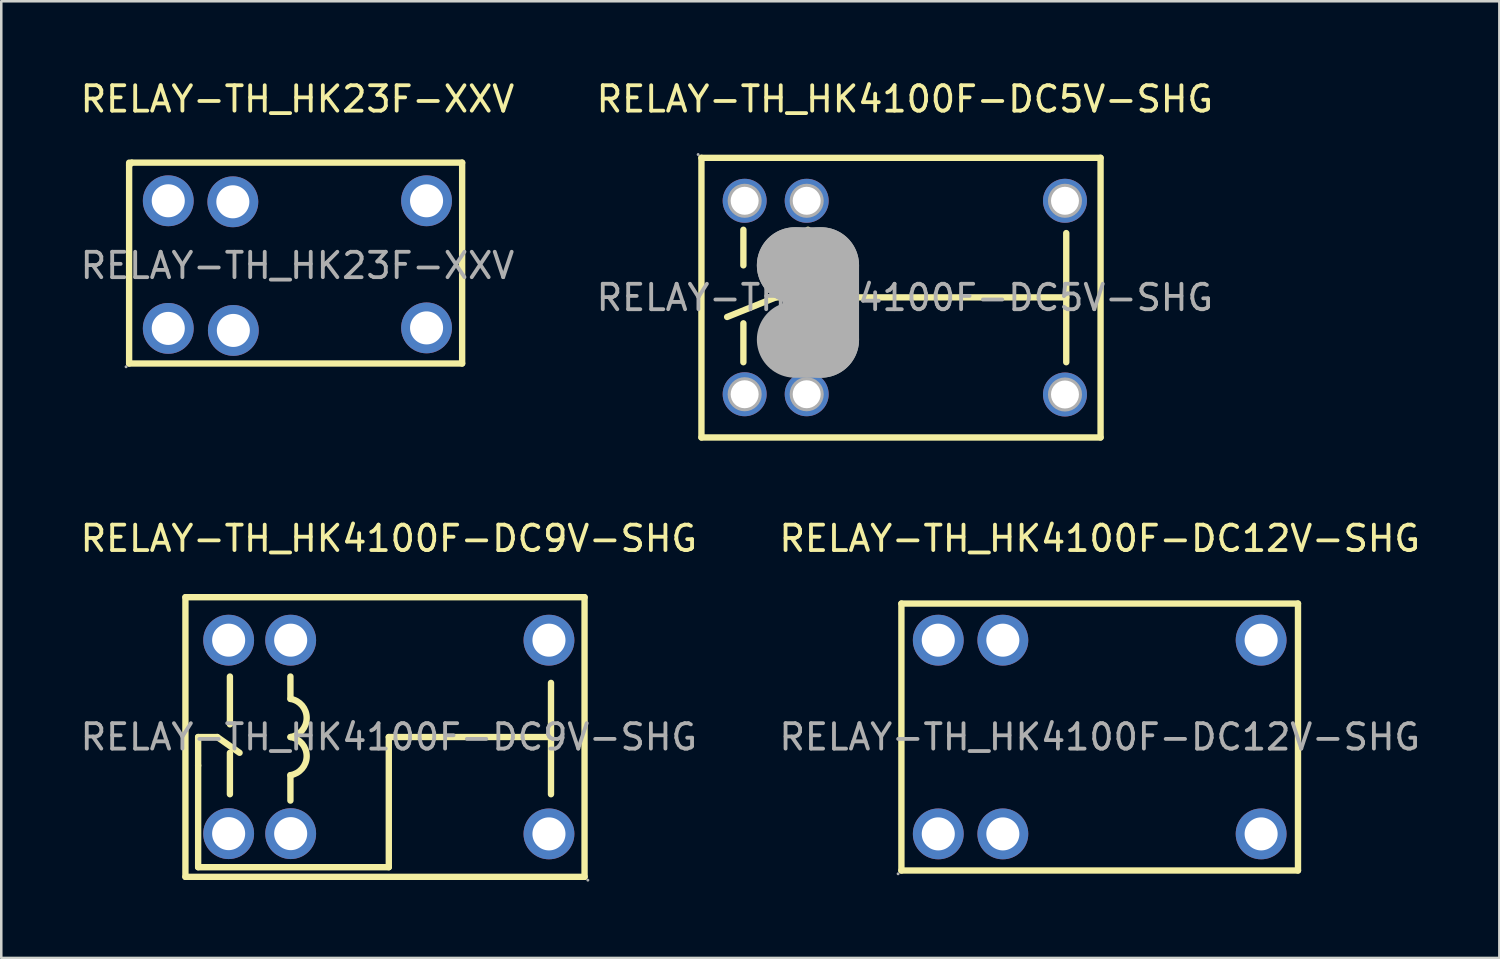
<source format=kicad_pcb>
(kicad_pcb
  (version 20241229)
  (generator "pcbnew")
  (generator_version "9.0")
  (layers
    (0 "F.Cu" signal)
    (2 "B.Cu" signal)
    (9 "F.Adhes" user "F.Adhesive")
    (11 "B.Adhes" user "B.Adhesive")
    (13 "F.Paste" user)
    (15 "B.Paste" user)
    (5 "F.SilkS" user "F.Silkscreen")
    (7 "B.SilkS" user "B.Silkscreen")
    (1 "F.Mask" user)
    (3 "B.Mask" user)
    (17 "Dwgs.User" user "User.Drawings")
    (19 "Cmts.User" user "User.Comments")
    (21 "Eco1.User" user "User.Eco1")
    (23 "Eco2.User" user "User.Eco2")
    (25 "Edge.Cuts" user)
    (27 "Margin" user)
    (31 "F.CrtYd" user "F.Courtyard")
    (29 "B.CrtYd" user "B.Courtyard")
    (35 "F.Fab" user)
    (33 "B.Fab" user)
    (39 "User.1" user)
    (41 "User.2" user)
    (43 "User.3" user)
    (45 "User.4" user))
  (footprint "RELAY-TH_HK4100F-DC9V-SHG"
    (layer "F.Cu")
    (at 12.244 25.942)
    (property "Reference" "RELAY-TH_HK4100F-DC9V-SHG" (at 0 -7.81 0) (layer "F.SilkS") (effects (font (size 1 1) (thickness 0.15))))
    (attr through_hole)
    (fp_line (start -8 -5.5) (end -8 5.5) (stroke (width 0.25) (type solid)) (layer "F.SilkS"))
    (fp_line (start -8 -5.5) (end 7.7 -5.5) (stroke (width 0.25) (type solid)) (layer "F.SilkS"))
    (fp_line (start -7.5 0) (end -6.75 0) (stroke (width 0.25) (type solid)) (layer "F.SilkS"))
    (fp_line (start -7.5 1.12) (end -7.5 0) (stroke (width 0.25) (type solid)) (layer "F.SilkS"))
    (fp_line (start -7.5 5.12) (end -7.5 1.12) (stroke (width 0.25) (type solid)) (layer "F.SilkS"))
    (fp_line (start -6.75 0) (end -5.87 0.62) (stroke (width 0.25) (type solid)) (layer "F.SilkS"))
    (fp_line (start -6.25 -2.38) (end -6.25 -0.5) (stroke (width 0.25) (type solid)) (layer "F.SilkS"))
    (fp_line (start -6.25 2.25) (end -6.25 0.62) (stroke (width 0.25) (type solid)) (layer "F.SilkS"))
    (fp_line (start -3.87 -2.38) (end -3.87 -1.5) (stroke (width 0.25) (type solid)) (layer "F.SilkS"))
    (fp_line (start -3.87 2.5) (end -3.87 1.5) (stroke (width 0.25) (type solid)) (layer "F.SilkS"))
    (fp_line (start 0 0) (end 0 5.12) (stroke (width 0.25) (type solid)) (layer "F.SilkS"))
    (fp_line (start 0 5.12) (end -7.5 5.12) (stroke (width 0.25) (type solid)) (layer "F.SilkS"))
    (fp_line (start 6.38 -2.13) (end 6.38 2.25) (stroke (width 0.25) (type solid)) (layer "F.SilkS"))
    (fp_line (start 6.38 0) (end 0 0) (stroke (width 0.25) (type solid)) (layer "F.SilkS"))
    (fp_line (start 7.7 5.5) (end -8 5.5) (stroke (width 0.25) (type solid)) (layer "F.SilkS"))
    (fp_line (start 7.7 5.5) (end 7.7 -5.5) (stroke (width 0.25) (type solid)) (layer "F.SilkS"))
    (fp_arc (start -3.864382 -1.49908) (mid -3.230466 -0.747154) (end -3.87 0) (stroke (width 0.25) (type solid)) (layer "F.SilkS"))
    (fp_arc (start -3.864382 0.00092) (mid -3.230466 0.752846) (end -3.87 1.5) (stroke (width 0.25) (type solid)) (layer "F.SilkS"))
    (fp_circle (center -6.3 -3.81) (end -6.02 -3.81) (stroke (width 0.55) (type solid)) (fill no) (layer "F.Fab"))
    (fp_circle (center -6.3 3.8) (end -6.02 3.8) (stroke (width 0.55) (type solid)) (fill no) (layer "F.Fab"))
    (fp_circle (center -3.86 -3.81) (end -3.58 -3.81) (stroke (width 0.55) (type solid)) (fill no) (layer "F.Fab"))
    (fp_circle (center -3.86 3.8) (end -3.58 3.8) (stroke (width 0.55) (type solid)) (fill no) (layer "F.Fab"))
    (fp_circle (center 6.3 -3.81) (end 6.58 -3.81) (stroke (width 0.55) (type solid)) (fill no) (layer "F.Fab"))
    (fp_circle (center 6.3 3.81) (end 6.58 3.81) (stroke (width 0.55) (type solid)) (fill no) (layer "F.Fab"))
    (fp_circle (center 7.83 5.63) (end 7.86 5.63) (stroke (width 0.06) (type solid)) (fill no) (layer "F.Fab"))
    (fp_text user "${REFERENCE}" (at 0 0 0) (layer "F.Fab") (effects (font (size 1 1) (thickness 0.15))))
    (pad "1" thru_hole circle (at 6.3 3.81 180) (size 2 2) (drill 1.3) (layers "*.Cu" "*.Paste" "*.Mask"))
    (pad "2" thru_hole circle (at 6.3 -3.81 180) (size 2 2) (drill 1.3) (layers "*.Cu" "*.Paste" "*.Mask"))
    (pad "3" thru_hole circle (at -3.86 3.8 180) (size 2 2) (drill 1.3) (layers "*.Cu" "*.Paste" "*.Mask"))
    (pad "4" thru_hole circle (at -3.86 -3.81 180) (size 2 2) (drill 1.3) (layers "*.Cu" "*.Paste" "*.Mask"))
    (pad "5" thru_hole circle (at -6.3 3.8 180) (size 2 2) (drill 1.3) (layers "*.Cu" "*.Paste" "*.Mask"))
    (pad "6" thru_hole circle (at -6.3 -3.81 180) (size 2 2) (drill 1.3) (layers "*.Cu" "*.Paste" "*.Mask")))
  (footprint "RELAY-TH_HK4100F-DC12V-SHG"
    (layer "F.Cu")
    (at 40.208 25.942)
    (property "Reference" "RELAY-TH_HK4100F-DC12V-SHG" (at 0 -7.81 0) (layer "F.SilkS") (effects (font (size 1 1) (thickness 0.15))))
    (attr through_hole)
    (fp_line (start -7.8 -5.25) (end 7.8 -5.25) (stroke (width 0.25) (type solid)) (layer "F.SilkS"))
    (fp_line (start -7.8 5.25) (end -7.8 -5.25) (stroke (width 0.25) (type solid)) (layer "F.SilkS"))
    (fp_line (start 7.8 -5.25) (end 7.8 5.25) (stroke (width 0.25) (type solid)) (layer "F.SilkS"))
    (fp_line (start 7.8 5.25) (end -7.8 5.25) (stroke (width 0.25) (type solid)) (layer "F.SilkS"))
    (fp_circle (center -7.93 5.38) (end -7.9 5.38) (stroke (width 0.06) (type solid)) (fill no) (layer "F.Fab"))
    (fp_circle (center -6.35 -3.81) (end -6.07 -3.81) (stroke (width 0.55) (type solid)) (fill no) (layer "F.Fab"))
    (fp_circle (center -6.35 3.81) (end -6.07 3.81) (stroke (width 0.55) (type solid)) (fill no) (layer "F.Fab"))
    (fp_circle (center -3.81 -3.81) (end -3.53 -3.81) (stroke (width 0.55) (type solid)) (fill no) (layer "F.Fab"))
    (fp_circle (center -3.81 3.81) (end -3.53 3.81) (stroke (width 0.55) (type solid)) (fill no) (layer "F.Fab"))
    (fp_circle (center 6.35 -3.81) (end 6.63 -3.81) (stroke (width 0.55) (type solid)) (fill no) (layer "F.Fab"))
    (fp_circle (center 6.35 3.81) (end 6.63 3.81) (stroke (width 0.55) (type solid)) (fill no) (layer "F.Fab"))
    (fp_text user "${REFERENCE}" (at 0 0 0) (layer "F.Fab") (effects (font (size 1 1) (thickness 0.15))))
    (pad "1" thru_hole circle (at -6.35 3.81) (size 2 2) (drill 1.3) (layers "*.Cu" "*.Paste" "*.Mask"))
    (pad "2" thru_hole circle (at -3.81 3.81) (size 2 2) (drill 1.3) (layers "*.Cu" "*.Paste" "*.Mask"))
    (pad "6" thru_hole circle (at 6.35 3.81) (size 2 2) (drill 1.3) (layers "*.Cu" "*.Paste" "*.Mask"))
    (pad "7" thru_hole circle (at 6.35 -3.81) (size 2 2) (drill 1.3) (layers "*.Cu" "*.Paste" "*.Mask"))
    (pad "11" thru_hole circle (at -3.81 -3.81) (size 2 2) (drill 1.3) (layers "*.Cu" "*.Paste" "*.Mask"))
    (pad "12" thru_hole circle (at -6.35 -3.81) (size 2 2) (drill 1.3) (layers "*.Cu" "*.Paste" "*.Mask")))
  (footprint "RELAY-TH_HK4100F-DC5V-SHG"
    (layer "F.Cu")
    (at 32.542 8.658)
    (property "Reference" "RELAY-TH_HK4100F-DC5V-SHG" (at 0 -7.81 0) (layer "F.SilkS") (effects (font (size 1 1) (thickness 0.15))))
    (attr through_hole)
    (fp_line (start -8 -5.5) (end -8 5.5) (stroke (width 0.25) (type solid)) (layer "F.SilkS"))
    (fp_line (start -8 -5.5) (end 7.7 -5.5) (stroke (width 0.25) (type solid)) (layer "F.SilkS"))
    (fp_line (start -6.35 -2.67) (end -6.35 -1.27) (stroke (width 0.25) (type solid)) (layer "F.SilkS"))
    (fp_line (start -6.35 2.54) (end -6.35 1.01) (stroke (width 0.25) (type solid)) (layer "F.SilkS"))
    (fp_line (start -5.08 -0.01) (end -6.99 0.76) (stroke (width 0.25) (type solid)) (layer "F.SilkS"))
    (fp_line (start -3.81 -2.67) (end -3.81 -1.4) (stroke (width 0.25) (type solid)) (layer "F.SilkS"))
    (fp_line (start -3.81 1.78) (end -3.81 2.67) (stroke (width 0.25) (type solid)) (layer "F.SilkS"))
    (fp_line (start 6.35 -2.54) (end 6.35 2.54) (stroke (width 0.25) (type solid)) (layer "F.SilkS"))
    (fp_line (start 6.35 -0.01) (end -5.08 -0.01) (stroke (width 0.25) (type solid)) (layer "F.SilkS"))
    (fp_line (start 7.7 5.5) (end -8 5.5) (stroke (width 0.25) (type solid)) (layer "F.SilkS"))
    (fp_line (start 7.7 5.5) (end 7.7 -5.5) (stroke (width 0.25) (type solid)) (layer "F.SilkS"))
    (fp_line (start -4.32 -1.27) (end -4.32 -1.27) (stroke (width 3) (type solid)) (layer "F.Fab"))
    (fp_line (start -4.32 -1.27) (end -3.3 -1.27) (stroke (width 3) (type solid)) (layer "F.Fab"))
    (fp_line (start -3.3 -1.27) (end -3.3 1.65) (stroke (width 3) (type solid)) (layer "F.Fab"))
    (fp_line (start -3.3 1.65) (end -4.32 1.65) (stroke (width 3) (type solid)) (layer "F.Fab"))
    (fp_circle (center -8.13 -5.63) (end -8.1 -5.63) (stroke (width 0.06) (type solid)) (fill no) (layer "F.Fab"))
    (fp_circle (center -6.3 -3.81) (end -6.08 -3.81) (stroke (width 0.45) (type solid)) (fill no) (layer "F.Fab"))
    (fp_circle (center -6.3 3.8) (end -6.08 3.8) (stroke (width 0.45) (type solid)) (fill no) (layer "F.Fab"))
    (fp_circle (center -3.86 -3.81) (end -3.64 -3.81) (stroke (width 0.45) (type solid)) (fill no) (layer "F.Fab"))
    (fp_circle (center -3.86 3.8) (end -3.64 3.8) (stroke (width 0.45) (type solid)) (fill no) (layer "F.Fab"))
    (fp_circle (center 6.3 -3.81) (end 6.52 -3.81) (stroke (width 0.45) (type solid)) (fill no) (layer "F.Fab"))
    (fp_circle (center 6.3 3.81) (end 6.52 3.81) (stroke (width 0.45) (type solid)) (fill no) (layer "F.Fab"))
    (fp_text user "${REFERENCE}" (at 0 0 0) (layer "F.Fab") (effects (font (size 1 1) (thickness 0.15))))
    (pad "1" thru_hole circle (at -6.3 -3.81 180) (size 1.73 1.73) (drill 1.1) (layers "*.Cu" "*.Paste" "*.Mask"))
    (pad "2" thru_hole circle (at -6.3 3.8 180) (size 1.73 1.73) (drill 1.1) (layers "*.Cu" "*.Paste" "*.Mask"))
    (pad "3" thru_hole circle (at -3.86 -3.81 180) (size 1.73 1.73) (drill 1.1) (layers "*.Cu" "*.Paste" "*.Mask"))
    (pad "4" thru_hole circle (at -3.86 3.8 180) (size 1.73 1.73) (drill 1.1) (layers "*.Cu" "*.Paste" "*.Mask"))
    (pad "5" thru_hole circle (at 6.3 -3.81 180) (size 1.73 1.73) (drill 1.1) (layers "*.Cu" "*.Paste" "*.Mask"))
    (pad "5" thru_hole circle (at 6.3 3.81 180) (size 1.73 1.73) (drill 1.1) (layers "*.Cu" "*.Paste" "*.Mask")))
  (footprint "RELAY-TH_HK23F-XXV"
    (layer "F.Cu")
    (at 8.649 7.398)
    (property "Reference" "RELAY-TH_HK23F-XXV" (at 0 -6.55 0) (layer "F.SilkS") (effects (font (size 1 1) (thickness 0.15))))
    (attr through_hole)
    (fp_line (start -6.62 -4.05) (end -6.62 3.85) (stroke (width 0.25) (type solid)) (layer "F.SilkS"))
    (fp_line (start -6.62 3.85) (end 6.48 3.85) (stroke (width 0.25) (type solid)) (layer "F.SilkS"))
    (fp_line (start -6.52 -4.05) (end -6.62 -3.95) (stroke (width 0.25) (type solid)) (layer "F.SilkS"))
    (fp_line (start 6.48 -4.05) (end -6.52 -4.05) (stroke (width 0.25) (type solid)) (layer "F.SilkS"))
    (fp_line (start 6.48 3.85) (end 6.48 -4.05) (stroke (width 0.25) (type solid)) (layer "F.SilkS"))
    (fp_circle (center -6.74 3.98) (end -6.71 3.98) (stroke (width 0.06) (type solid)) (fill no) (layer "F.Fab"))
    (fp_circle (center -5.08 -2.55) (end -4.8 -2.55) (stroke (width 0.55) (type solid)) (fill no) (layer "F.Fab"))
    (fp_circle (center -5.08 2.47) (end -4.8 2.47) (stroke (width 0.55) (type solid)) (fill no) (layer "F.Fab"))
    (fp_circle (center -2.54 -2.51) (end -2.26 -2.51) (stroke (width 0.55) (type solid)) (fill no) (layer "F.Fab"))
    (fp_circle (center -2.52 2.55) (end -2.24 2.55) (stroke (width 0.55) (type solid)) (fill no) (layer "F.Fab"))
    (fp_circle (center 5.08 -2.55) (end 5.36 -2.55) (stroke (width 0.55) (type solid)) (fill no) (layer "F.Fab"))
    (fp_circle (center 5.08 2.45) (end 5.36 2.45) (stroke (width 0.55) (type solid)) (fill no) (layer "F.Fab"))
    (fp_text user "${REFERENCE}" (at 0 0 0) (layer "F.Fab") (effects (font (size 1 1) (thickness 0.15))))
    (pad "1" thru_hole circle (at -5.08 2.47) (size 2 2) (drill 1.3) (layers "*.Cu" "*.Paste" "*.Mask"))
    (pad "2" thru_hole circle (at -5.08 -2.55) (size 2 2) (drill 1.3) (layers "*.Cu" "*.Paste" "*.Mask"))
    (pad "3" thru_hole circle (at -2.52 2.55) (size 2 2) (drill 1.3) (layers "*.Cu" "*.Paste" "*.Mask"))
    (pad "4" thru_hole circle (at -2.54 -2.51) (size 2 2) (drill 1.3) (layers "*.Cu" "*.Paste" "*.Mask"))
    (pad "5" thru_hole circle (at 5.08 -2.55) (size 2 2) (drill 1.3) (layers "*.Cu" "*.Paste" "*.Mask"))
    (pad "5" thru_hole circle (at 5.08 2.45) (size 2 2) (drill 1.3) (layers "*.Cu" "*.Paste" "*.Mask")))
  (gr_rect
    (start -3 -3)
    (end 55.929 34.632)
    (stroke (width 0.1) (type default))
    (fill no)
    (layer "Edge.Cuts")))
</source>
